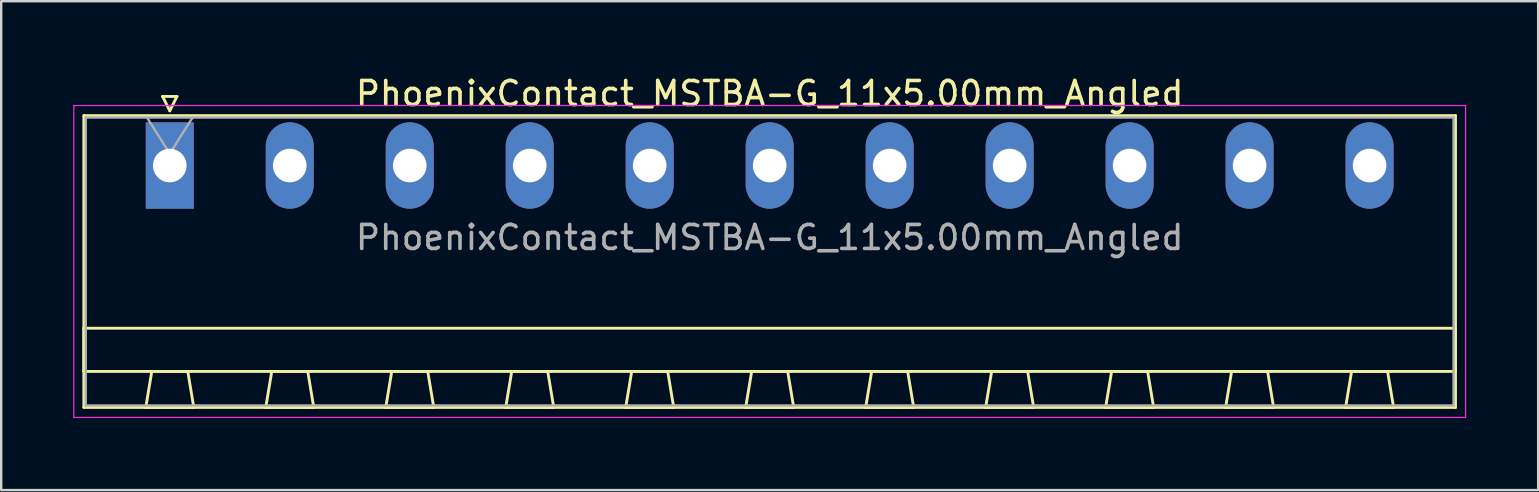
<source format=kicad_pcb>
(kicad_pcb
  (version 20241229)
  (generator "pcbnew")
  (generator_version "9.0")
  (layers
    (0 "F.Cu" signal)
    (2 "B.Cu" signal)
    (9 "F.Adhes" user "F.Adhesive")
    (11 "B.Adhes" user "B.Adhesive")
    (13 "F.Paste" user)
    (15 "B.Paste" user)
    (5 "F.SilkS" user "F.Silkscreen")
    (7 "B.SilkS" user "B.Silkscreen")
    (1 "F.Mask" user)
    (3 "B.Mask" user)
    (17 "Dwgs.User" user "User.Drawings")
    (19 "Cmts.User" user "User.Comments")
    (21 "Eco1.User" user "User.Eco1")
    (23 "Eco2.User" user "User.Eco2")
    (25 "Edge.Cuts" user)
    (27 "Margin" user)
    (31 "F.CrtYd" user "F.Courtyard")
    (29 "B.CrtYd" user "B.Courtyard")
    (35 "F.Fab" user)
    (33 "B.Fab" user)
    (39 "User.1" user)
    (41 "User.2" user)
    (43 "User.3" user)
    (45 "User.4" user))
  (footprint "PhoenixContact_MSTBA-G_11x5.00mm_Angled"
    (layer "F.Cu")
    (at 4.025 3.848)
    (property "Reference" "PhoenixContact_MSTBA-G_11x5.00mm_Angled" (at 25 -3 0) (layer "F.SilkS") (effects (font (size 1 1) (thickness 0.15))))
    (attr through_hole)
    (fp_line (start -3.58 -2.08) (end -3.58 10.08) (stroke (width 0.12) (type solid)) (layer "F.SilkS"))
    (fp_line (start -3.58 6.78) (end 53.58 6.78) (stroke (width 0.12) (type solid)) (layer "F.SilkS"))
    (fp_line (start -3.58 8.58) (end -3.58 6.78) (stroke (width 0.12) (type solid)) (layer "F.SilkS"))
    (fp_line (start -3.58 10.08) (end 53.58 10.08) (stroke (width 0.12) (type solid)) (layer "F.SilkS"))
    (fp_line (start -1 10.08) (end 1 10.08) (stroke (width 0.12) (type solid)) (layer "F.SilkS"))
    (fp_line (start -0.75 8.58) (end -1 10.08) (stroke (width 0.12) (type solid)) (layer "F.SilkS"))
    (fp_line (start -0.3 -2.88) (end 0.3 -2.88) (stroke (width 0.12) (type solid)) (layer "F.SilkS"))
    (fp_line (start 0 -2.28) (end -0.3 -2.88) (stroke (width 0.12) (type solid)) (layer "F.SilkS"))
    (fp_line (start 0.3 -2.88) (end 0 -2.28) (stroke (width 0.12) (type solid)) (layer "F.SilkS"))
    (fp_line (start 0.75 8.58) (end -0.75 8.58) (stroke (width 0.12) (type solid)) (layer "F.SilkS"))
    (fp_line (start 1 10.08) (end 0.75 8.58) (stroke (width 0.12) (type solid)) (layer "F.SilkS"))
    (fp_line (start 4 10.08) (end 6 10.08) (stroke (width 0.12) (type solid)) (layer "F.SilkS"))
    (fp_line (start 4.25 8.58) (end 4 10.08) (stroke (width 0.12) (type solid)) (layer "F.SilkS"))
    (fp_line (start 5.75 8.58) (end 4.25 8.58) (stroke (width 0.12) (type solid)) (layer "F.SilkS"))
    (fp_line (start 6 10.08) (end 5.75 8.58) (stroke (width 0.12) (type solid)) (layer "F.SilkS"))
    (fp_line (start 9 10.08) (end 11 10.08) (stroke (width 0.12) (type solid)) (layer "F.SilkS"))
    (fp_line (start 9.25 8.58) (end 9 10.08) (stroke (width 0.12) (type solid)) (layer "F.SilkS"))
    (fp_line (start 10.75 8.58) (end 9.25 8.58) (stroke (width 0.12) (type solid)) (layer "F.SilkS"))
    (fp_line (start 11 10.08) (end 10.75 8.58) (stroke (width 0.12) (type solid)) (layer "F.SilkS"))
    (fp_line (start 14 10.08) (end 16 10.08) (stroke (width 0.12) (type solid)) (layer "F.SilkS"))
    (fp_line (start 14.25 8.58) (end 14 10.08) (stroke (width 0.12) (type solid)) (layer "F.SilkS"))
    (fp_line (start 15.75 8.58) (end 14.25 8.58) (stroke (width 0.12) (type solid)) (layer "F.SilkS"))
    (fp_line (start 16 10.08) (end 15.75 8.58) (stroke (width 0.12) (type solid)) (layer "F.SilkS"))
    (fp_line (start 19 10.08) (end 21 10.08) (stroke (width 0.12) (type solid)) (layer "F.SilkS"))
    (fp_line (start 19.25 8.58) (end 19 10.08) (stroke (width 0.12) (type solid)) (layer "F.SilkS"))
    (fp_line (start 20.75 8.58) (end 19.25 8.58) (stroke (width 0.12) (type solid)) (layer "F.SilkS"))
    (fp_line (start 21 10.08) (end 20.75 8.58) (stroke (width 0.12) (type solid)) (layer "F.SilkS"))
    (fp_line (start 24 10.08) (end 26 10.08) (stroke (width 0.12) (type solid)) (layer "F.SilkS"))
    (fp_line (start 24.25 8.58) (end 24 10.08) (stroke (width 0.12) (type solid)) (layer "F.SilkS"))
    (fp_line (start 25.75 8.58) (end 24.25 8.58) (stroke (width 0.12) (type solid)) (layer "F.SilkS"))
    (fp_line (start 26 10.08) (end 25.75 8.58) (stroke (width 0.12) (type solid)) (layer "F.SilkS"))
    (fp_line (start 29 10.08) (end 31 10.08) (stroke (width 0.12) (type solid)) (layer "F.SilkS"))
    (fp_line (start 29.25 8.58) (end 29 10.08) (stroke (width 0.12) (type solid)) (layer "F.SilkS"))
    (fp_line (start 30.75 8.58) (end 29.25 8.58) (stroke (width 0.12) (type solid)) (layer "F.SilkS"))
    (fp_line (start 31 10.08) (end 30.75 8.58) (stroke (width 0.12) (type solid)) (layer "F.SilkS"))
    (fp_line (start 34 10.08) (end 36 10.08) (stroke (width 0.12) (type solid)) (layer "F.SilkS"))
    (fp_line (start 34.25 8.58) (end 34 10.08) (stroke (width 0.12) (type solid)) (layer "F.SilkS"))
    (fp_line (start 35.75 8.58) (end 34.25 8.58) (stroke (width 0.12) (type solid)) (layer "F.SilkS"))
    (fp_line (start 36 10.08) (end 35.75 8.58) (stroke (width 0.12) (type solid)) (layer "F.SilkS"))
    (fp_line (start 39 10.08) (end 41 10.08) (stroke (width 0.12) (type solid)) (layer "F.SilkS"))
    (fp_line (start 39.25 8.58) (end 39 10.08) (stroke (width 0.12) (type solid)) (layer "F.SilkS"))
    (fp_line (start 40.75 8.58) (end 39.25 8.58) (stroke (width 0.12) (type solid)) (layer "F.SilkS"))
    (fp_line (start 41 10.08) (end 40.75 8.58) (stroke (width 0.12) (type solid)) (layer "F.SilkS"))
    (fp_line (start 44 10.08) (end 46 10.08) (stroke (width 0.12) (type solid)) (layer "F.SilkS"))
    (fp_line (start 44.25 8.58) (end 44 10.08) (stroke (width 0.12) (type solid)) (layer "F.SilkS"))
    (fp_line (start 45.75 8.58) (end 44.25 8.58) (stroke (width 0.12) (type solid)) (layer "F.SilkS"))
    (fp_line (start 46 10.08) (end 45.75 8.58) (stroke (width 0.12) (type solid)) (layer "F.SilkS"))
    (fp_line (start 49 10.08) (end 51 10.08) (stroke (width 0.12) (type solid)) (layer "F.SilkS"))
    (fp_line (start 49.25 8.58) (end 49 10.08) (stroke (width 0.12) (type solid)) (layer "F.SilkS"))
    (fp_line (start 50.75 8.58) (end 49.25 8.58) (stroke (width 0.12) (type solid)) (layer "F.SilkS"))
    (fp_line (start 51 10.08) (end 50.75 8.58) (stroke (width 0.12) (type solid)) (layer "F.SilkS"))
    (fp_line (start 53.58 -2.08) (end -3.58 -2.08) (stroke (width 0.12) (type solid)) (layer "F.SilkS"))
    (fp_line (start 53.58 6.78) (end 53.58 8.58) (stroke (width 0.12) (type solid)) (layer "F.SilkS"))
    (fp_line (start 53.58 8.58) (end -3.58 8.58) (stroke (width 0.12) (type solid)) (layer "F.SilkS"))
    (fp_line (start 53.58 10.08) (end 53.58 -2.08) (stroke (width 0.12) (type solid)) (layer "F.SilkS"))
    (fp_line (start -4 -2.5) (end -4 10.5) (stroke (width 0.05) (type solid)) (layer "F.CrtYd"))
    (fp_line (start -4 10.5) (end 54 10.5) (stroke (width 0.05) (type solid)) (layer "F.CrtYd"))
    (fp_line (start 54 -2.5) (end -4 -2.5) (stroke (width 0.05) (type solid)) (layer "F.CrtYd"))
    (fp_line (start 54 10.5) (end 54 -2.5) (stroke (width 0.05) (type solid)) (layer "F.CrtYd"))
    (fp_line (start -3.5 -2) (end -3.5 10) (stroke (width 0.1) (type solid)) (layer "F.Fab"))
    (fp_line (start -3.5 10) (end 53.5 10) (stroke (width 0.1) (type solid)) (layer "F.Fab"))
    (fp_line (start 0 -0.5) (end -0.95 -2) (stroke (width 0.1) (type solid)) (layer "F.Fab"))
    (fp_line (start 0.95 -2) (end 0 -0.5) (stroke (width 0.1) (type solid)) (layer "F.Fab"))
    (fp_line (start 53.5 -2) (end -3.5 -2) (stroke (width 0.1) (type solid)) (layer "F.Fab"))
    (fp_line (start 53.5 10) (end 53.5 -2) (stroke (width 0.1) (type solid)) (layer "F.Fab"))
    (fp_text user "${REFERENCE}" (at 25 3 0) (layer "F.Fab") (effects (font (size 1 1) (thickness 0.15))))
    (pad "1" thru_hole rect (at 0 0) (size 2 3.6) (drill 1.4) (layers "*.Cu" "*.Mask"))
    (pad "2" thru_hole oval (at 5 0) (size 2 3.6) (drill 1.4) (layers "*.Cu" "*.Mask"))
    (pad "3" thru_hole oval (at 10 0) (size 2 3.6) (drill 1.4) (layers "*.Cu" "*.Mask"))
    (pad "4" thru_hole oval (at 15 0) (size 2 3.6) (drill 1.4) (layers "*.Cu" "*.Mask"))
    (pad "5" thru_hole oval (at 20 0) (size 2 3.6) (drill 1.4) (layers "*.Cu" "*.Mask"))
    (pad "6" thru_hole oval (at 25 0) (size 2 3.6) (drill 1.4) (layers "*.Cu" "*.Mask"))
    (pad "7" thru_hole oval (at 30 0) (size 2 3.6) (drill 1.4) (layers "*.Cu" "*.Mask"))
    (pad "8" thru_hole oval (at 35 0) (size 2 3.6) (drill 1.4) (layers "*.Cu" "*.Mask"))
    (pad "9" thru_hole oval (at 40 0) (size 2 3.6) (drill 1.4) (layers "*.Cu" "*.Mask"))
    (pad "10" thru_hole oval (at 45 0) (size 2 3.6) (drill 1.4) (layers "*.Cu" "*.Mask"))
    (pad "11" thru_hole oval (at 50 0) (size 2 3.6) (drill 1.4) (layers "*.Cu" "*.Mask")))
  (gr_rect
    (start -3 -3)
    (end 61.05 17.373)
    (stroke (width 0.1) (type default))
    (fill no)
    (layer "Edge.Cuts")))
</source>
